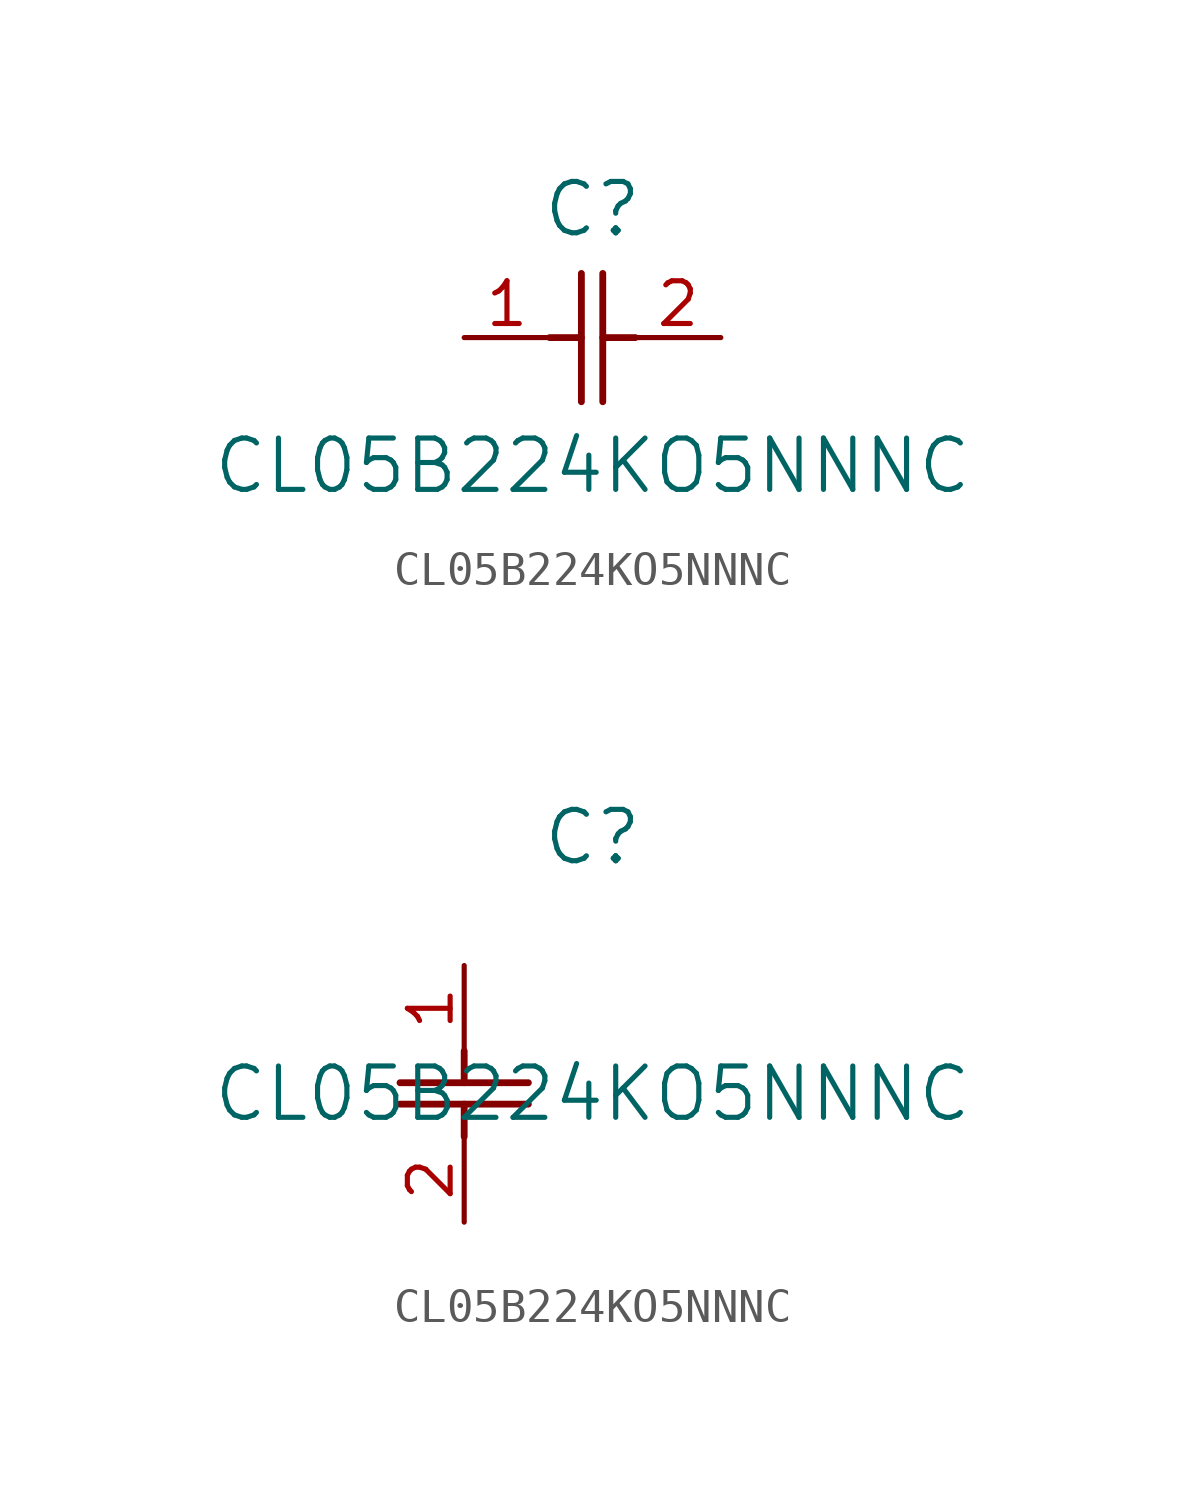
<source format=kicad_sym>
(kicad_symbol_lib
  (version 20211014)
  (generator kicad_symbol_editor)
  (symbol "CL05B224KO5NNNC"
    (pin_names
      (offset 0.254))
    (property "Reference" "C"
      (at 3.81 3.81 0)
      (effects (font (size 1.524 1.524))))
    (property "Value" "CL05B224KO5NNNC"
      (at 3.81 -3.81 0)
      (effects (font (size 1.524 1.524))))
    (symbol "CL05B224KO5NNNC_1_1"
      (polyline (pts (xy 3.48 -1.905) (xy 3.48 1.905)) (stroke (width 0.203) (type default) (color 0 0 0 0)) (fill (type none)))
      (polyline (pts (xy 4.115 -1.905) (xy 4.115 1.905)) (stroke (width 0.203) (type default) (color 0 0 0 0)) (fill (type none)))
      (polyline (pts (xy 4.115 0) (xy 5.08 0)) (stroke (width 0.203) (type default) (color 0 0 0 0)) (fill (type none)))
      (polyline (pts (xy 2.54 0) (xy 3.48 0)) (stroke (width 0.203) (type default) (color 0 0 0 0)) (fill (type none)))
      (pin unspecified line (at 0 0 0) (length 2.54) (name "" (effects (font (size 1.27 1.27)))) (number "1" (effects (font (size 1.27 1.27)))))
      (pin unspecified line (at 7.62 0 180) (length 2.54) (name "" (effects (font (size 1.27 1.27)))) (number "2" (effects (font (size 1.27 1.27))))))
    (symbol "CL05B224KO5NNNC_1_2"
      (polyline (pts (xy -1.905 -3.48) (xy 1.905 -3.48)) (stroke (width 0.203) (type default) (color 0 0 0 0)) (fill (type none)))
      (polyline (pts (xy -1.905 -4.115) (xy 1.905 -4.115)) (stroke (width 0.203) (type default) (color 0 0 0 0)) (fill (type none)))
      (polyline (pts (xy 0 -4.115) (xy 0 -5.08)) (stroke (width 0.203) (type default) (color 0 0 0 0)) (fill (type none)))
      (polyline (pts (xy 0 -2.54) (xy 0 -3.48)) (stroke (width 0.203) (type default) (color 0 0 0 0)) (fill (type none)))
      (pin unspecified line (at 0 0 270) (length 2.54) (name "" (effects (font (size 1.27 1.27)))) (number "1" (effects (font (size 1.27 1.27)))))
      (pin unspecified line (at 0 -7.62 90) (length 2.54) (name "" (effects (font (size 1.27 1.27)))) (number "2" (effects (font (size 1.27 1.27))))))))
</source>
